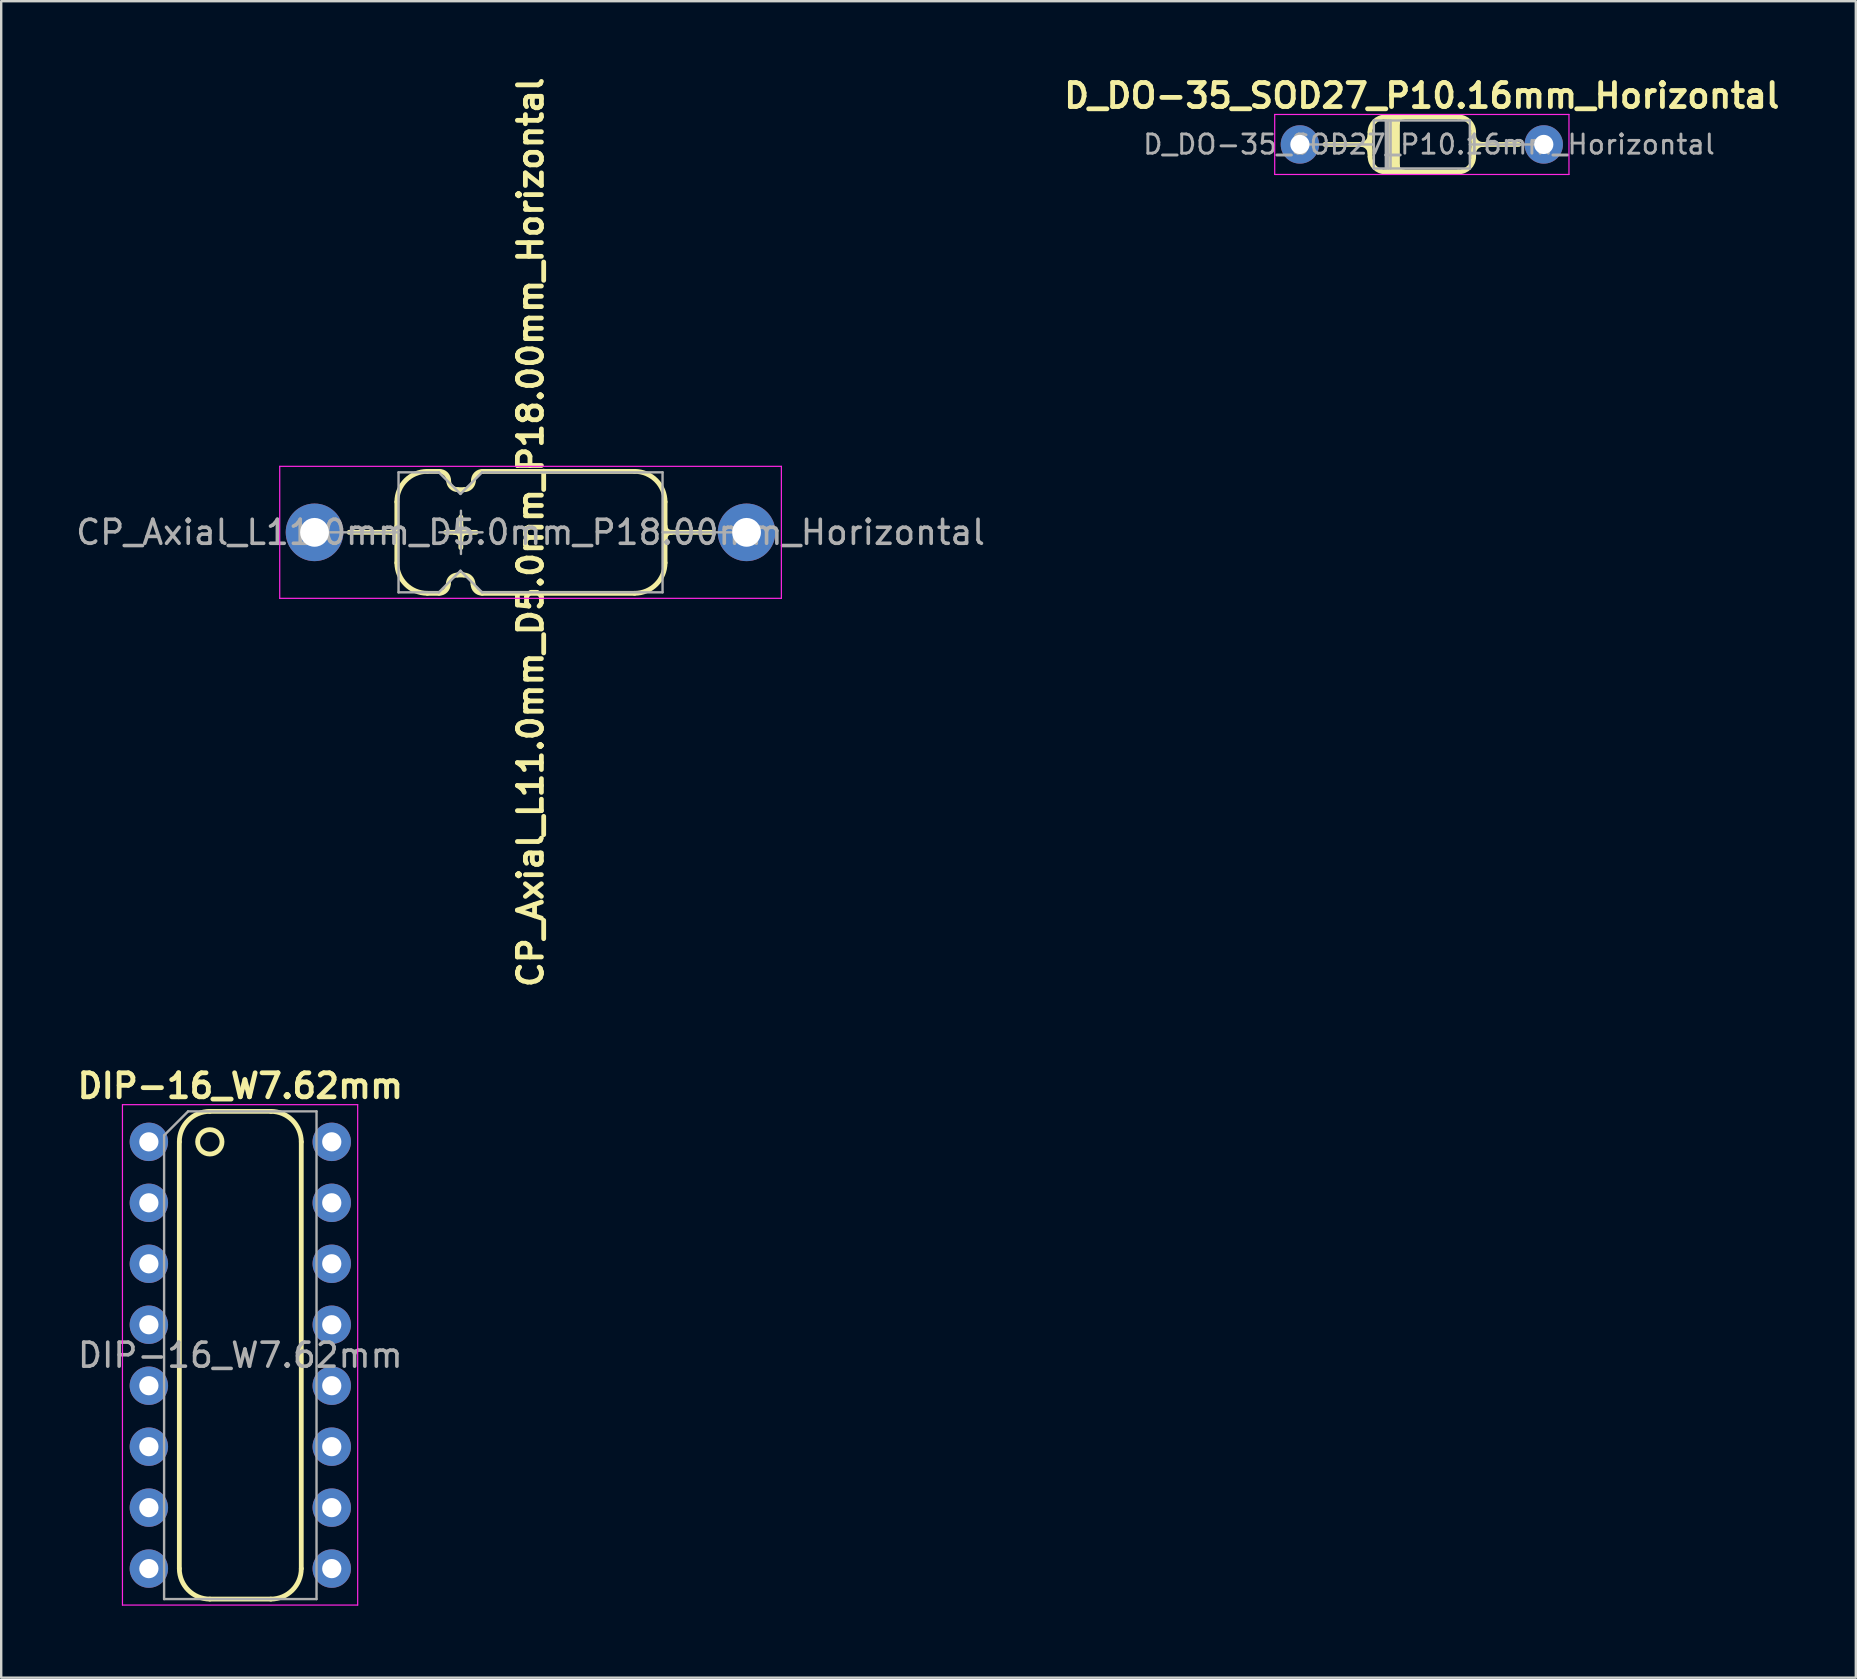
<source format=kicad_pcb>
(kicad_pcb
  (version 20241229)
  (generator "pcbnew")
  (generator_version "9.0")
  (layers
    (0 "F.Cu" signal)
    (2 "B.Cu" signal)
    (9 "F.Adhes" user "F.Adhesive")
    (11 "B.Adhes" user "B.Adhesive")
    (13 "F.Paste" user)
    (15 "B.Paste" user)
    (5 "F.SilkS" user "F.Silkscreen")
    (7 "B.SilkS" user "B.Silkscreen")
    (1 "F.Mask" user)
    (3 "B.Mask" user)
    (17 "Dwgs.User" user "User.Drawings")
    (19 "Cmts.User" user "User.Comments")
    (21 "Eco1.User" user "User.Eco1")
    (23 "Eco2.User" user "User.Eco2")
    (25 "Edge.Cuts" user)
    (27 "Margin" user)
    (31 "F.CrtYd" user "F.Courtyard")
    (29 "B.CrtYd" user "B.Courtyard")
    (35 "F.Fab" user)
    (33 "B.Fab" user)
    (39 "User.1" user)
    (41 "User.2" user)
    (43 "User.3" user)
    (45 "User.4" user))
  (footprint "DIP-16_W7.62mm"
    (layer "F.Cu")
    (at 3.152 44.523)
    (property "Reference" "DIP-16_W7.62mm" (at 3.81 -2.33 0) (layer "F.SilkS") (effects (font (size 1 1) (thickness 0.2))))
    (attr through_hole)
    (fp_line (start 1.27 17.78) (end 1.27 0) (stroke (width 0.2) (type solid)) (layer "F.SilkS"))
    (fp_line (start 2.54 -1.27) (end 5.08 -1.27) (stroke (width 0.2) (type solid)) (layer "F.SilkS"))
    (fp_line (start 5.08 19.05) (end 2.54 19.05) (stroke (width 0.2) (type solid)) (layer "F.SilkS"))
    (fp_line (start 6.35 0) (end 6.35 17.78) (stroke (width 0.2) (type solid)) (layer "F.SilkS"))
    (fp_arc (start 1.27 0) (mid 1.641974 -0.898025) (end 2.54 -1.27) (stroke (width 0.2) (type solid)) (layer "F.SilkS"))
    (fp_arc (start 2.54 19.05) (mid 1.641975 18.678026) (end 1.27 17.78) (stroke (width 0.2) (type solid)) (layer "F.SilkS"))
    (fp_arc (start 5.08 -1.27) (mid 5.978025 -0.898026) (end 6.35 0) (stroke (width 0.2) (type solid)) (layer "F.SilkS"))
    (fp_arc (start 6.35 17.78) (mid 5.978026 18.678025) (end 5.08 19.05) (stroke (width 0.2) (type solid)) (layer "F.SilkS"))
    (fp_circle (center 2.54 0) (end 2.54 -0.508) (stroke (width 0.2) (type solid)) (fill no) (layer "F.SilkS"))
    (fp_line (start -1.1 -1.55) (end -1.1 19.3) (stroke (width 0.05) (type solid)) (layer "F.CrtYd"))
    (fp_line (start -1.1 19.3) (end 8.7 19.3) (stroke (width 0.05) (type solid)) (layer "F.CrtYd"))
    (fp_line (start 8.7 -1.55) (end -1.1 -1.55) (stroke (width 0.05) (type solid)) (layer "F.CrtYd"))
    (fp_line (start 8.7 19.3) (end 8.7 -1.55) (stroke (width 0.05) (type solid)) (layer "F.CrtYd"))
    (fp_line (start 0.635 -0.27) (end 1.635 -1.27) (stroke (width 0.1) (type solid)) (layer "F.Fab"))
    (fp_line (start 0.635 19.05) (end 0.635 -0.27) (stroke (width 0.1) (type solid)) (layer "F.Fab"))
    (fp_line (start 1.635 -1.27) (end 6.985 -1.27) (stroke (width 0.1) (type solid)) (layer "F.Fab"))
    (fp_line (start 6.985 -1.27) (end 6.985 19.05) (stroke (width 0.1) (type solid)) (layer "F.Fab"))
    (fp_line (start 6.985 19.05) (end 0.635 19.05) (stroke (width 0.1) (type solid)) (layer "F.Fab"))
    (fp_text user "${REFERENCE}" (at 3.81 8.89 0) (layer "F.Fab") (effects (font (size 1 1) (thickness 0.15))))
    (pad "1" thru_hole circle (at 0 0 45) (size 1.6 1.6) (drill 0.8) (layers "*.Cu" "*.Mask"))
    (pad "2" thru_hole oval (at 0 2.54) (size 1.6 1.6) (drill 0.8) (layers "*.Cu" "*.Mask"))
    (pad "3" thru_hole oval (at 0 5.08) (size 1.6 1.6) (drill 0.8) (layers "*.Cu" "*.Mask"))
    (pad "4" thru_hole oval (at 0 7.62) (size 1.6 1.6) (drill 0.8) (layers "*.Cu" "*.Mask"))
    (pad "5" thru_hole oval (at 0 10.16) (size 1.6 1.6) (drill 0.8) (layers "*.Cu" "*.Mask"))
    (pad "6" thru_hole oval (at 0 12.7) (size 1.6 1.6) (drill 0.8) (layers "*.Cu" "*.Mask"))
    (pad "7" thru_hole oval (at 0 15.24) (size 1.6 1.6) (drill 0.8) (layers "*.Cu" "*.Mask"))
    (pad "8" thru_hole oval (at 0 17.78) (size 1.6 1.6) (drill 0.8) (layers "*.Cu" "*.Mask"))
    (pad "9" thru_hole oval (at 7.62 17.78 45) (size 1.6 1.6) (drill 0.8) (layers "*.Cu" "*.Mask"))
    (pad "10" thru_hole oval (at 7.62 15.24) (size 1.6 1.6) (drill 0.8) (layers "*.Cu" "*.Mask"))
    (pad "11" thru_hole oval (at 7.62 12.7) (size 1.6 1.6) (drill 0.8) (layers "*.Cu" "*.Mask"))
    (pad "12" thru_hole oval (at 7.62 10.16) (size 1.6 1.6) (drill 0.8) (layers "*.Cu" "*.Mask"))
    (pad "13" thru_hole oval (at 7.62 7.62) (size 1.6 1.6) (drill 0.8) (layers "*.Cu" "*.Mask"))
    (pad "14" thru_hole oval (at 7.62 5.08) (size 1.6 1.6) (drill 0.8) (layers "*.Cu" "*.Mask"))
    (pad "15" thru_hole oval (at 7.62 2.54) (size 1.6 1.6) (drill 0.8) (layers "*.Cu" "*.Mask"))
    (pad "16" thru_hole oval (at 7.62 0 45) (size 1.6 1.6) (drill 0.8) (layers "*.Cu" "*.Mask")))
  (footprint "CP_Axial_L11.0mm_D5.0mm_P18.00mm_Horizontal"
    (layer "F.Cu")
    (at 10.054 19.129)
    (property "Reference" "CP_Axial_L11.0mm_D5.0mm_P18.00mm_Horizontal" (at 9 0 90) (unlocked yes) (layer "F.SilkS") (effects (font (size 1 1) (thickness 0.2))))
    (attr through_hole)
    (fp_line (start 1.44 0) (end 3.429 0) (stroke (width 0.2) (type solid)) (layer "F.SilkS"))
    (fp_line (start 3.429 1.27) (end 3.429 -1.27) (stroke (width 0.2) (type solid)) (layer "F.SilkS"))
    (fp_line (start 4.699 2.54) (end 5.192 2.54) (stroke (width 0.2) (type solid)) (layer "F.SilkS"))
    (fp_line (start 5.207 -2.54) (end 4.699 -2.54) (stroke (width 0.2) (type solid)) (layer "F.SilkS"))
    (fp_line (start 5.461 0) (end 6.731 0) (stroke (width 0.2) (type solid)) (layer "F.SilkS"))
    (fp_line (start 5.954 1.778) (end 6.223 1.778) (stroke (width 0.2) (type solid)) (layer "F.SilkS"))
    (fp_line (start 6.096 -0.635) (end 6.096 0.635) (stroke (width 0.2) (type solid)) (layer "F.SilkS"))
    (fp_line (start 6.238 -1.778) (end 5.969 -1.778) (stroke (width 0.2) (type solid)) (layer "F.SilkS"))
    (fp_line (start 6.985 2.54) (end 13.335 2.54) (stroke (width 0.2) (type solid)) (layer "F.SilkS"))
    (fp_line (start 7 -2.54) (end 13.335 -2.54) (stroke (width 0.2) (type solid)) (layer "F.SilkS"))
    (fp_line (start 14.605 -1.27) (end 14.605 1.27) (stroke (width 0.2) (type solid)) (layer "F.SilkS"))
    (fp_line (start 16.56 0) (end 14.605 0) (stroke (width 0.2) (type solid)) (layer "F.SilkS"))
    (fp_arc (start 3.175002 0) (mid 3.354607 0.074395) (end 3.429002 0.254) (stroke (width 0.2) (type solid)) (layer "F.SilkS"))
    (fp_arc (start 3.429 -1.27) (mid 3.800974 -2.168026) (end 4.699 -2.54) (stroke (width 0.2) (type solid)) (layer "F.SilkS"))
    (fp_arc (start 3.429 -0.254) (mid 3.354605 -0.074395) (end 3.175 0) (stroke (width 0.2) (type solid)) (layer "F.SilkS"))
    (fp_arc (start 4.699 2.539999) (mid 3.800974 2.168025) (end 3.429 1.269999) (stroke (width 0.2) (type solid)) (layer "F.SilkS"))
    (fp_arc (start 5.207 -2.54) (mid 5.476407 -2.428407) (end 5.588 -2.159) (stroke (width 0.2) (type solid)) (layer "F.SilkS"))
    (fp_arc (start 5.572592 2.159) (mid 5.460999 2.428407) (end 5.191592 2.54) (stroke (width 0.2) (type solid)) (layer "F.SilkS"))
    (fp_arc (start 5.572592 2.159) (mid 5.684185 1.889593) (end 5.953592 1.778) (stroke (width 0.2) (type solid)) (layer "F.SilkS"))
    (fp_arc (start 5.842002 0.000002) (mid 6.021607 0.074397) (end 6.096002 0.254002) (stroke (width 0.2) (type solid)) (layer "F.SilkS"))
    (fp_arc (start 5.969 -1.778) (mid 5.699593 -1.889593) (end 5.588 -2.159) (stroke (width 0.2) (type solid)) (layer "F.SilkS"))
    (fp_arc (start 6.096 -0.254) (mid 6.021605 -0.074395) (end 5.842 0) (stroke (width 0.2) (type solid)) (layer "F.SilkS"))
    (fp_arc (start 6.096002 0.254) (mid 6.170397 0.074395) (end 6.350002 0) (stroke (width 0.2) (type solid)) (layer "F.SilkS"))
    (fp_arc (start 6.223 1.778) (mid 6.492407 1.889593) (end 6.604 2.159) (stroke (width 0.2) (type solid)) (layer "F.SilkS"))
    (fp_arc (start 6.350002 -0.000002) (mid 6.170397 -0.074397) (end 6.096002 -0.254002) (stroke (width 0.2) (type solid)) (layer "F.SilkS"))
    (fp_arc (start 6.619408 -2.159) (mid 6.507815 -1.889593) (end 6.238408 -1.778) (stroke (width 0.2) (type solid)) (layer "F.SilkS"))
    (fp_arc (start 6.619408 -2.159) (mid 6.731001 -2.428407) (end 7.000408 -2.54) (stroke (width 0.2) (type solid)) (layer "F.SilkS"))
    (fp_arc (start 6.985 2.54) (mid 6.715593 2.428407) (end 6.604 2.159) (stroke (width 0.2) (type solid)) (layer "F.SilkS"))
    (fp_arc (start 13.335 -2.539999) (mid 14.233026 -2.168025) (end 14.605 -1.269999) (stroke (width 0.2) (type solid)) (layer "F.SilkS"))
    (fp_arc (start 14.605 1.27) (mid 14.233026 2.168026) (end 13.335 2.54) (stroke (width 0.2) (type solid)) (layer "F.SilkS"))
    (fp_arc (start 14.605002 0.254) (mid 14.679397 0.074396) (end 14.859002 0) (stroke (width 0.2) (type solid)) (layer "F.SilkS"))
    (fp_arc (start 14.859 0) (mid 14.679396 -0.074395) (end 14.605 -0.254) (stroke (width 0.2) (type solid)) (layer "F.SilkS"))
    (fp_line (start -1.45 -2.75) (end -1.45 2.75) (stroke (width 0.05) (type solid)) (layer "F.CrtYd"))
    (fp_line (start -1.45 2.75) (end 19.45 2.75) (stroke (width 0.05) (type solid)) (layer "F.CrtYd"))
    (fp_line (start 19.45 -2.75) (end -1.45 -2.75) (stroke (width 0.05) (type solid)) (layer "F.CrtYd"))
    (fp_line (start 19.45 2.75) (end 19.45 -2.75) (stroke (width 0.05) (type solid)) (layer "F.CrtYd"))
    (fp_line (start 0 0) (end 3.5 0) (stroke (width 0.1) (type solid)) (layer "F.Fab"))
    (fp_line (start 3.5 -2.5) (end 3.5 2.5) (stroke (width 0.1) (type solid)) (layer "F.Fab"))
    (fp_line (start 3.5 -2.5) (end 5.18 -2.5) (stroke (width 0.1) (type solid)) (layer "F.Fab"))
    (fp_line (start 3.5 2.5) (end 5.18 2.5) (stroke (width 0.1) (type solid)) (layer "F.Fab"))
    (fp_line (start 5.18 -2.5) (end 6.08 -1.6) (stroke (width 0.1) (type solid)) (layer "F.Fab"))
    (fp_line (start 5.18 2.5) (end 6.08 1.6) (stroke (width 0.1) (type solid)) (layer "F.Fab"))
    (fp_line (start 5.2 0) (end 7 0) (stroke (width 0.1) (type solid)) (layer "F.Fab"))
    (fp_line (start 6.08 -1.6) (end 6.98 -2.5) (stroke (width 0.1) (type solid)) (layer "F.Fab"))
    (fp_line (start 6.08 1.6) (end 6.98 2.5) (stroke (width 0.1) (type solid)) (layer "F.Fab"))
    (fp_line (start 6.1 -0.9) (end 6.1 0.9) (stroke (width 0.1) (type solid)) (layer "F.Fab"))
    (fp_line (start 6.98 -2.5) (end 14.5 -2.5) (stroke (width 0.1) (type solid)) (layer "F.Fab"))
    (fp_line (start 6.98 2.5) (end 14.5 2.5) (stroke (width 0.1) (type solid)) (layer "F.Fab"))
    (fp_line (start 14.5 -2.5) (end 14.5 2.5) (stroke (width 0.1) (type solid)) (layer "F.Fab"))
    (fp_line (start 18 0) (end 14.5 0) (stroke (width 0.1) (type solid)) (layer "F.Fab"))
    (fp_text user "${REFERENCE}" (at 9 0 0) (layer "F.Fab") (effects (font (size 1 1) (thickness 0.15))))
    (pad "1" thru_hole circle (at 0 0) (size 2.4 2.4) (drill 1.2) (layers "*.Cu" "*.Mask"))
    (pad "2" thru_hole oval (at 18 0) (size 2.4 2.4) (drill 1.2) (layers "*.Cu" "*.Mask")))
  (footprint "D_DO-35_SOD27_P10.16mm_Horizontal"
    (layer "F.Cu")
    (at 51.108 2.968)
    (property "Reference" "D_DO-35_SOD27_P10.16mm_Horizontal" (at 5.08 -2.032 0) (unlocked yes) (layer "F.SilkS") (effects (font (size 1 1) (thickness 0.2))))
    (attr through_hole)
    (fp_line (start 1.04 0) (end 2.921 0) (stroke (width 0.2) (type solid)) (layer "F.SilkS"))
    (fp_line (start 2.921 0.508) (end 2.921 -0.508) (stroke (width 0.2) (type solid)) (layer "F.SilkS"))
    (fp_line (start 6.604 -1.143) (end 3.556 -1.143) (stroke (width 0.2) (type solid)) (layer "F.SilkS"))
    (fp_line (start 6.604 1.143) (end 3.556 1.143) (stroke (width 0.2) (type solid)) (layer "F.SilkS"))
    (fp_line (start 7.239 0.508) (end 7.239 -0.508) (stroke (width 0.2) (type solid)) (layer "F.SilkS"))
    (fp_line (start 9.12 0) (end 7.239 0) (stroke (width 0.2) (type solid)) (layer "F.SilkS"))
    (fp_rect (start 3.81 1.143) (end 4.064 -1.143) (stroke (width 0.2) (type solid)) (fill yes) (layer "F.SilkS"))
    (fp_arc (start 2.54 0) (mid 2.809408 0.111592) (end 2.921 0.381) (stroke (width 0.2) (type solid)) (layer "F.SilkS"))
    (fp_arc (start 2.667002 0) (mid 2.846607 0.074395) (end 2.921002 0.254) (stroke (width 0.2) (type solid)) (layer "F.SilkS"))
    (fp_arc (start 2.921 -0.508) (mid 3.106987 -0.957013) (end 3.556 -1.143) (stroke (width 0.2) (type solid)) (layer "F.SilkS"))
    (fp_arc (start 2.921 -0.381) (mid 2.809408 -0.111592) (end 2.54 0) (stroke (width 0.2) (type solid)) (layer "F.SilkS"))
    (fp_arc (start 2.921 -0.254) (mid 2.846605 -0.074395) (end 2.667 0) (stroke (width 0.2) (type solid)) (layer "F.SilkS"))
    (fp_arc (start 3.556 -1.143) (mid 3.735605 -1.068605) (end 3.81 -0.889) (stroke (width 0.2) (type solid)) (layer "F.SilkS"))
    (fp_arc (start 3.56 1.143) (mid 3.110987 0.957013) (end 2.925 0.508) (stroke (width 0.2) (type solid)) (layer "F.SilkS"))
    (fp_arc (start 3.81 0.889) (mid 3.735605 1.068605) (end 3.556 1.143) (stroke (width 0.2) (type solid)) (layer "F.SilkS"))
    (fp_arc (start 4.064 -0.889) (mid 4.138395 -1.068605) (end 4.318 -1.143) (stroke (width 0.2) (type solid)) (layer "F.SilkS"))
    (fp_arc (start 4.318 1.143) (mid 4.138395 1.068605) (end 4.064 0.889) (stroke (width 0.2) (type solid)) (layer "F.SilkS"))
    (fp_arc (start 6.604 -1.143) (mid 7.053013 -0.957013) (end 7.239 -0.508) (stroke (width 0.2) (type solid)) (layer "F.SilkS"))
    (fp_arc (start 7.239 0.254) (mid 7.313395 0.074395) (end 7.493 0) (stroke (width 0.2) (type solid)) (layer "F.SilkS"))
    (fp_arc (start 7.239 0.381) (mid 7.350592 0.111592) (end 7.62 0) (stroke (width 0.2) (type solid)) (layer "F.SilkS"))
    (fp_arc (start 7.239 0.508) (mid 7.053013 0.957013) (end 6.604 1.143) (stroke (width 0.2) (type solid)) (layer "F.SilkS"))
    (fp_arc (start 7.492998 0) (mid 7.313393 -0.074395) (end 7.238998 -0.254) (stroke (width 0.2) (type solid)) (layer "F.SilkS"))
    (fp_arc (start 7.62 0) (mid 7.350592 -0.111592) (end 7.239 -0.381) (stroke (width 0.2) (type solid)) (layer "F.SilkS"))
    (fp_line (start -1.05 -1.25) (end -1.05 1.25) (stroke (width 0.05) (type solid)) (layer "F.CrtYd"))
    (fp_line (start -1.05 1.25) (end 11.21 1.25) (stroke (width 0.05) (type solid)) (layer "F.CrtYd"))
    (fp_line (start 11.21 -1.25) (end -1.05 -1.25) (stroke (width 0.05) (type solid)) (layer "F.CrtYd"))
    (fp_line (start 11.21 1.25) (end 11.21 -1.25) (stroke (width 0.05) (type solid)) (layer "F.CrtYd"))
    (fp_line (start 0 0) (end 3.08 0) (stroke (width 0.1) (type solid)) (layer "F.Fab"))
    (fp_line (start 3.08 -1) (end 3.08 1) (stroke (width 0.1) (type solid)) (layer "F.Fab"))
    (fp_line (start 3.08 1) (end 7.08 1) (stroke (width 0.1) (type solid)) (layer "F.Fab"))
    (fp_line (start 3.58 -1) (end 3.58 1) (stroke (width 0.1) (type solid)) (layer "F.Fab"))
    (fp_line (start 3.68 -1) (end 3.68 1) (stroke (width 0.1) (type solid)) (layer "F.Fab"))
    (fp_line (start 3.78 -1) (end 3.78 1) (stroke (width 0.1) (type solid)) (layer "F.Fab"))
    (fp_line (start 7.08 -1) (end 3.08 -1) (stroke (width 0.1) (type solid)) (layer "F.Fab"))
    (fp_line (start 7.08 1) (end 7.08 -1) (stroke (width 0.1) (type solid)) (layer "F.Fab"))
    (fp_line (start 10.16 0) (end 7.08 0) (stroke (width 0.1) (type solid)) (layer "F.Fab"))
    (fp_text user "${REFERENCE}" (at 5.38 0 0) (layer "F.Fab") (effects (font (size 0.8 0.8) (thickness 0.12))))
    (pad "1" thru_hole circle (at 0 0) (size 1.6 1.6) (drill 0.8) (layers "*.Cu" "*.Mask"))
    (pad "2" thru_hole oval (at 10.16 0) (size 1.6 1.6) (drill 0.8) (layers "*.Cu" "*.Mask")))
  (gr_rect
    (start -3 -3)
    (end 74.269 66.848)
    (stroke (width 0.1) (type default))
    (fill no)
    (layer "Edge.Cuts")))
</source>
